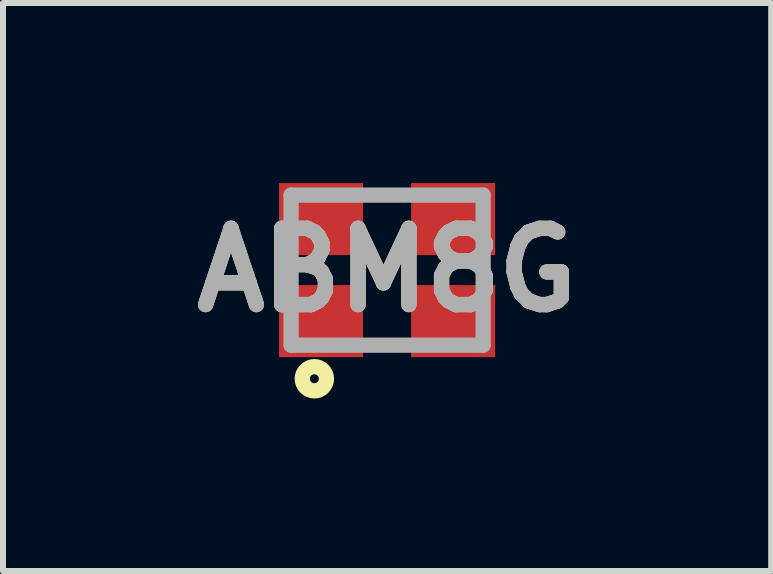
<source format=kicad_pcb>
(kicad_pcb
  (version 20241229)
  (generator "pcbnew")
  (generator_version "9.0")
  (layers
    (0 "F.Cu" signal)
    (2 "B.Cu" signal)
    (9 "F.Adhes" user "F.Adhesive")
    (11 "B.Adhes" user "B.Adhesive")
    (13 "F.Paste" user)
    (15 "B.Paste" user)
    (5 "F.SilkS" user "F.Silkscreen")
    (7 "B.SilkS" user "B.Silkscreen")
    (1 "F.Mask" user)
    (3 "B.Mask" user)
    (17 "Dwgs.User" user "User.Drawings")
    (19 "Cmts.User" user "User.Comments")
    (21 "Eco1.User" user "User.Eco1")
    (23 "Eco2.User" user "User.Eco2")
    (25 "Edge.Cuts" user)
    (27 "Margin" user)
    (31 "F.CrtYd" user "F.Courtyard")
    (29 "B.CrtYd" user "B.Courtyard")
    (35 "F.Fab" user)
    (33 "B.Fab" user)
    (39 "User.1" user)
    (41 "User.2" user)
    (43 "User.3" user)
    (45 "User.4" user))
  (footprint "ABM8G"
    (layer "F.Cu")
    (at 3.399 1.45)
    (property "Reference" "ABM8G" (at 0 0 0) (layer "F.SilkS") (effects (font (size 1.27 1.27) (thickness 0.254))))
    (attr smd)
    (fp_circle (center -1.212 1.81) (end -1.212 1.885) (stroke (width 0.254) (type solid)) (fill no) (layer "F.SilkS"))
    (fp_line (start -1.6 -1.25) (end 1.6 -1.25) (stroke (width 0.254) (type solid)) (layer "F.Fab"))
    (fp_line (start -1.6 1.25) (end -1.6 -1.25) (stroke (width 0.254) (type solid)) (layer "F.Fab"))
    (fp_line (start 1.6 -1.25) (end 1.6 1.25) (stroke (width 0.254) (type solid)) (layer "F.Fab"))
    (fp_line (start 1.6 1.25) (end -1.6 1.25) (stroke (width 0.254) (type solid)) (layer "F.Fab"))
    (fp_text user "${REFERENCE}" (at 0 0 0) (layer "F.Fab") (effects (font (size 1.27 1.27) (thickness 0.254))))
    (pad "1" smd rect (at -1.1 0.85 90) (size 1.2 1.4) (layers "F.Cu" "F.Mask" "F.Paste"))
    (pad "2" smd rect (at 1.1 0.85 90) (size 1.2 1.4) (layers "F.Cu" "F.Mask" "F.Paste"))
    (pad "3" smd rect (at 1.1 -0.85 90) (size 1.2 1.4) (layers "F.Cu" "F.Mask" "F.Paste"))
    (pad "4" smd rect (at -1.1 -0.85 90) (size 1.2 1.4) (layers "F.Cu" "F.Mask" "F.Paste")))
  (gr_rect
    (start -3 -3)
    (end 9.798 6.463)
    (stroke (width 0.1) (type default))
    (fill no)
    (layer "Edge.Cuts")))
</source>
